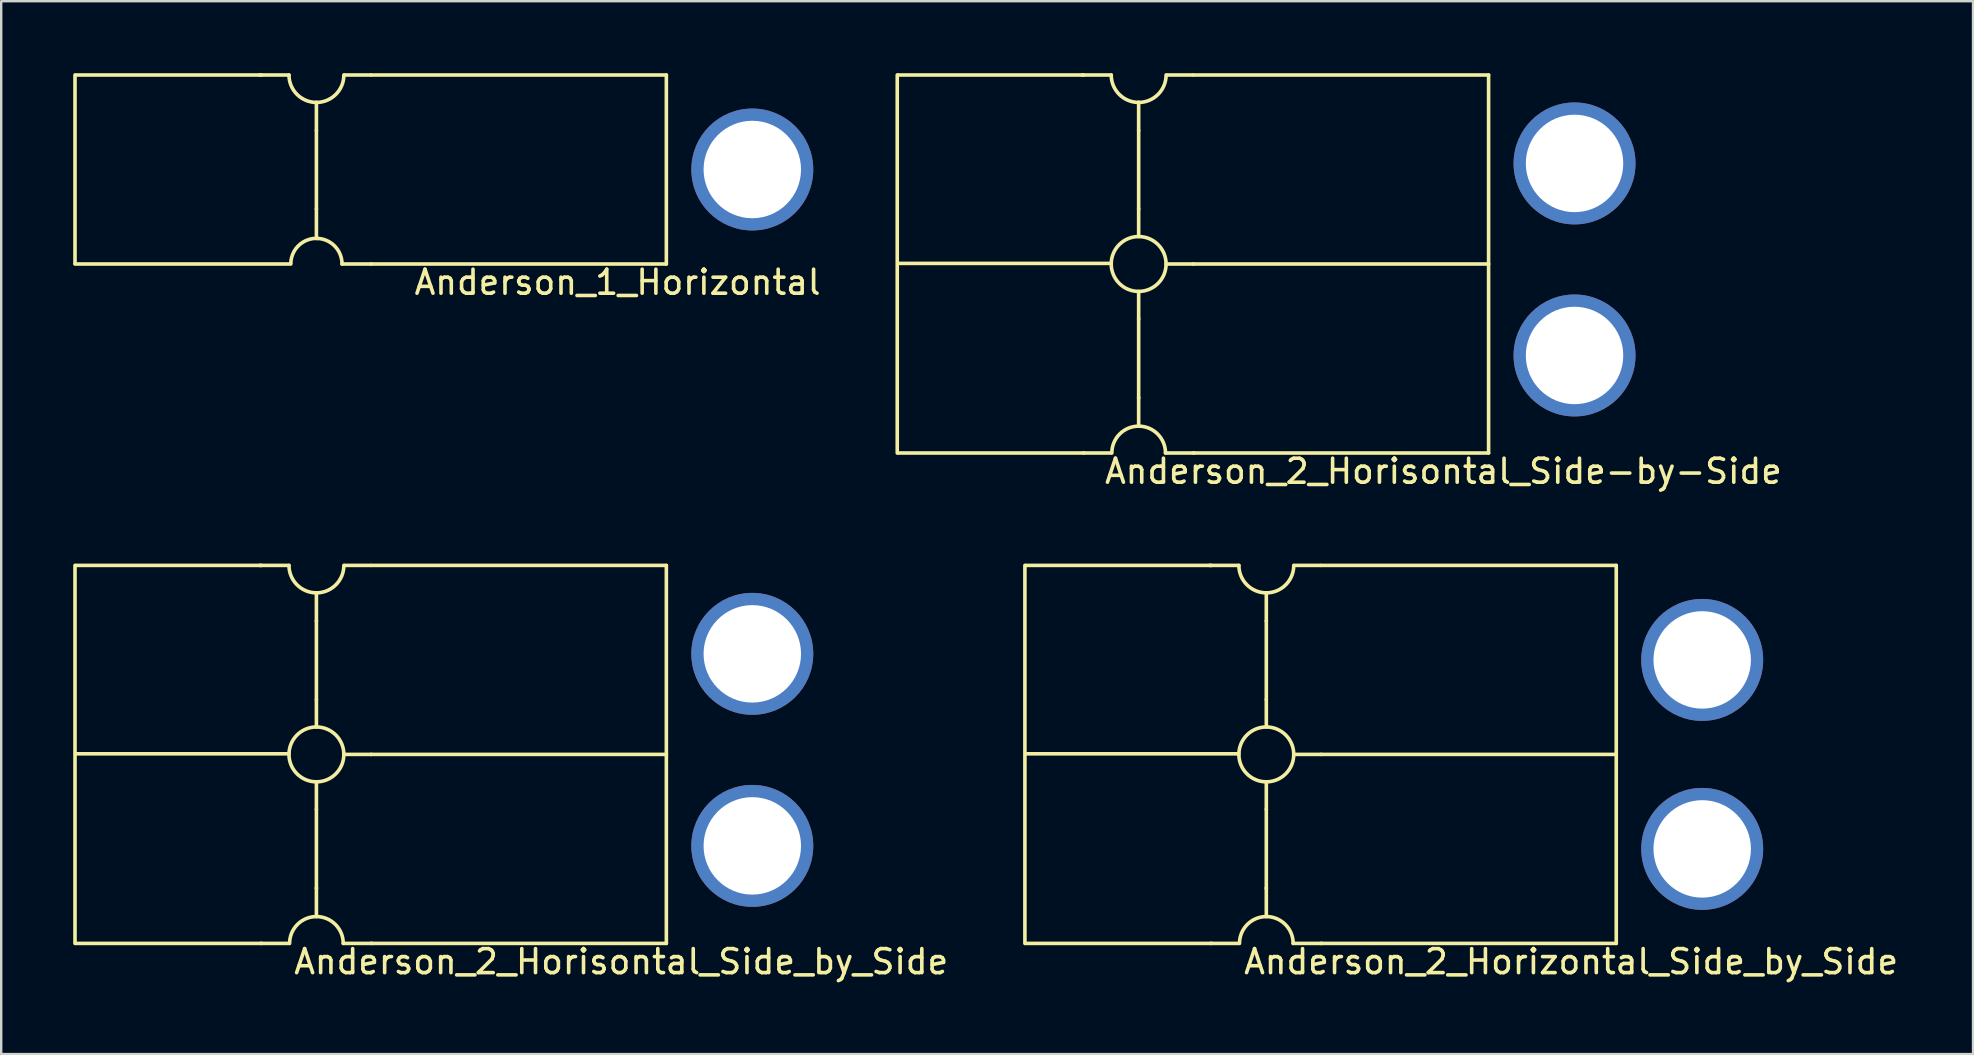
<source format=kicad_pcb>
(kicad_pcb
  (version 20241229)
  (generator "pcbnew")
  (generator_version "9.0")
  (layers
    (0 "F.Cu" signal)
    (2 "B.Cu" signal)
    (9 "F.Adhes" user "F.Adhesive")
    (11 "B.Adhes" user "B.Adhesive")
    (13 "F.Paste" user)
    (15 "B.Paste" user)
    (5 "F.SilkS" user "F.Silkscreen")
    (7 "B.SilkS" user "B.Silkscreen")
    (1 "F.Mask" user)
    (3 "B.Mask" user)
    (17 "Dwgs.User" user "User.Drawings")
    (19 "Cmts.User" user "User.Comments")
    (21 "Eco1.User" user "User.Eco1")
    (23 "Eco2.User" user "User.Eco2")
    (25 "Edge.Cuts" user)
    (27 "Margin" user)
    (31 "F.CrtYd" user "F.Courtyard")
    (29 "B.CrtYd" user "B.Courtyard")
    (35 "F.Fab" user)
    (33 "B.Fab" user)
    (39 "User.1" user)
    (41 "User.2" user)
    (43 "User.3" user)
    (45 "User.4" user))
  (footprint "Anderson_1_Horizontal"
    (layer "F.Cu")
    (at 24.713 7.949)
    (property "Reference" "Anderson_1_Horizontal" (at -2.032 0.762 0) (layer "F.SilkS") (effects (font (size 1 1) (thickness 0.15))))
    (attr through_hole)
    (fp_line (start -24.638 -7.874) (end -24.638 -0.025) (stroke (width 0.15) (type solid)) (layer "F.SilkS"))
    (fp_line (start -24.638 0) (end -15.646 0) (stroke (width 0.15) (type solid)) (layer "F.SilkS"))
    (fp_line (start -24.613 -7.874) (end -16.866 -7.874) (stroke (width 0.15) (type solid)) (layer "F.SilkS"))
    (fp_line (start -15.723 -7.874) (end -16.942 -7.874) (stroke (width 0.15) (type solid)) (layer "F.SilkS"))
    (fp_line (start -14.58 -6.731) (end -14.58 -5.563) (stroke (width 0.15) (type solid)) (layer "F.SilkS"))
    (fp_line (start -14.58 -2.286) (end -14.58 -5.563) (stroke (width 0.15) (type solid)) (layer "F.SilkS"))
    (fp_line (start -14.58 -2.286) (end -14.58 -1.143) (stroke (width 0.15) (type solid)) (layer "F.SilkS"))
    (fp_line (start -13.513 0) (end -12.294 0) (stroke (width 0.15) (type solid)) (layer "F.SilkS"))
    (fp_line (start -12.319 -7.874) (end -13.411 -7.874) (stroke (width 0.15) (type solid)) (layer "F.SilkS"))
    (fp_line (start -12.294 -7.874) (end 0 -7.874) (stroke (width 0.15) (type solid)) (layer "F.SilkS"))
    (fp_line (start -12.294 0) (end 0 0) (stroke (width 0.15) (type solid)) (layer "F.SilkS"))
    (fp_line (start 0 0) (end 0 -7.874) (stroke (width 0.15) (type solid)) (layer "F.SilkS"))
    (fp_arc (start -15.6464 -0.0508) (mid -15.29802 -0.790263) (end -14.5288 -1.0668) (stroke (width 0.15) (type solid)) (layer "F.SilkS"))
    (fp_arc (start -14.5796 -6.731) (mid -15.387823 -7.065777) (end -15.7226 -7.874) (stroke (width 0.15) (type solid)) (layer "F.SilkS"))
    (fp_arc (start -14.5796 -1.0668) (mid -13.825258 -0.754342) (end -13.5128 0) (stroke (width 0.15) (type solid)) (layer "F.SilkS"))
    (fp_arc (start -13.4366 -7.874) (mid -13.771377 -7.065777) (end -14.5796 -6.731) (stroke (width 0.15) (type solid)) (layer "F.SilkS"))
    (pad "1" thru_hole circle (at 3.581 -3.937) (size 5.08 5.08) (drill 4.06) (layers "*.Cu" "*.Mask" "F.Paste")))
  (footprint "Anderson_2_Horisontal_Side_by_Side"
    (layer "F.Cu")
    (at 24.713 36.256)
    (property "Reference" "Anderson_2_Horisontal_Side_by_Side" (at -1.88 0.762 0) (layer "F.SilkS") (effects (font (size 1 1) (thickness 0.15))))
    (attr through_hole)
    (fp_line (start -24.638 -15.748) (end -24.638 0) (stroke (width 0.15) (type solid)) (layer "F.SilkS"))
    (fp_line (start -24.613 -15.748) (end -16.866 -15.748) (stroke (width 0.15) (type solid)) (layer "F.SilkS"))
    (fp_line (start -24.613 -7.899) (end -15.723 -7.899) (stroke (width 0.15) (type solid)) (layer "F.SilkS"))
    (fp_line (start -16.891 0) (end -15.723 0) (stroke (width 0.15) (type solid)) (layer "F.SilkS"))
    (fp_line (start -16.866 0) (end -24.613 0) (stroke (width 0.15) (type solid)) (layer "F.SilkS"))
    (fp_line (start -15.723 -15.748) (end -16.942 -15.748) (stroke (width 0.15) (type solid)) (layer "F.SilkS"))
    (fp_line (start -14.58 -14.605) (end -14.58 -13.437) (stroke (width 0.15) (type solid)) (layer "F.SilkS"))
    (fp_line (start -14.58 -10.16) (end -14.58 -13.437) (stroke (width 0.15) (type solid)) (layer "F.SilkS"))
    (fp_line (start -14.58 -10.16) (end -14.58 -9.017) (stroke (width 0.15) (type solid)) (layer "F.SilkS"))
    (fp_line (start -14.58 -5.588) (end -14.58 -6.731) (stroke (width 0.15) (type solid)) (layer "F.SilkS"))
    (fp_line (start -14.58 -5.588) (end -14.58 -2.286) (stroke (width 0.15) (type solid)) (layer "F.SilkS"))
    (fp_line (start -14.58 -2.311) (end -14.58 -1.143) (stroke (width 0.15) (type solid)) (layer "F.SilkS"))
    (fp_line (start -12.319 -15.748) (end -13.411 -15.748) (stroke (width 0.15) (type solid)) (layer "F.SilkS"))
    (fp_line (start -12.294 -15.748) (end 0 -15.748) (stroke (width 0.15) (type solid)) (layer "F.SilkS"))
    (fp_line (start -12.294 -7.874) (end -13.437 -7.874) (stroke (width 0.15) (type solid)) (layer "F.SilkS"))
    (fp_line (start -12.294 -7.874) (end 0 -7.874) (stroke (width 0.15) (type solid)) (layer "F.SilkS"))
    (fp_line (start -12.294 0) (end 0 0) (stroke (width 0.15) (type solid)) (layer "F.SilkS"))
    (fp_line (start -12.268 0) (end -13.462 0) (stroke (width 0.15) (type solid)) (layer "F.SilkS"))
    (fp_line (start 0 -15.748) (end 0 0) (stroke (width 0.15) (type solid)) (layer "F.SilkS"))
    (fp_arc (start -15.6972 0) (mid -15.369863 -0.790263) (end -14.5796 -1.1176) (stroke (width 0.15) (type solid)) (layer "F.SilkS"))
    (fp_arc (start -14.5796 -14.605) (mid -15.387823 -14.939777) (end -15.7226 -15.748) (stroke (width 0.15) (type solid)) (layer "F.SilkS"))
    (fp_arc (start -14.5796 -1.1176) (mid -13.789337 -0.790263) (end -13.462 0) (stroke (width 0.15) (type solid)) (layer "F.SilkS"))
    (fp_arc (start -13.4366 -15.748) (mid -13.771377 -14.939777) (end -14.5796 -14.605) (stroke (width 0.15) (type solid)) (layer "F.SilkS"))
    (fp_circle (center -14.58 -7.874) (end -14.58 -6.731) (stroke (width 0.15) (type solid)) (fill no) (layer "F.SilkS"))
    (pad "1" thru_hole circle (at 3.581 -12.064) (size 5.08 5.08) (drill 4.06) (layers "*.Cu" "*.Mask" "F.Paste"))
    (pad "2" thru_hole circle (at 3.581 -4.063) (size 5.08 5.08) (drill 4.06) (layers "*.Cu" "*.Mask" "F.Paste")))
  (footprint "Anderson_2_Horisontal_Side-by-Side"
    (layer "F.Cu")
    (at 58.971 15.823)
    (property "Reference" "Anderson_2_Horisontal_Side-by-Side" (at -1.88 0.762 0) (layer "F.SilkS") (effects (font (size 1 1) (thickness 0.15))))
    (attr through_hole)
    (fp_line (start -24.638 -15.748) (end -24.638 0) (stroke (width 0.15) (type solid)) (layer "F.SilkS"))
    (fp_line (start -24.613 -15.748) (end -16.866 -15.748) (stroke (width 0.15) (type solid)) (layer "F.SilkS"))
    (fp_line (start -24.613 -7.899) (end -15.723 -7.899) (stroke (width 0.15) (type solid)) (layer "F.SilkS"))
    (fp_line (start -16.891 0) (end -15.723 0) (stroke (width 0.15) (type solid)) (layer "F.SilkS"))
    (fp_line (start -16.866 0) (end -24.613 0) (stroke (width 0.15) (type solid)) (layer "F.SilkS"))
    (fp_line (start -15.723 -15.748) (end -16.942 -15.748) (stroke (width 0.15) (type solid)) (layer "F.SilkS"))
    (fp_line (start -14.58 -14.605) (end -14.58 -13.437) (stroke (width 0.15) (type solid)) (layer "F.SilkS"))
    (fp_line (start -14.58 -10.16) (end -14.58 -13.437) (stroke (width 0.15) (type solid)) (layer "F.SilkS"))
    (fp_line (start -14.58 -10.16) (end -14.58 -9.017) (stroke (width 0.15) (type solid)) (layer "F.SilkS"))
    (fp_line (start -14.58 -5.588) (end -14.58 -6.731) (stroke (width 0.15) (type solid)) (layer "F.SilkS"))
    (fp_line (start -14.58 -5.588) (end -14.58 -2.286) (stroke (width 0.15) (type solid)) (layer "F.SilkS"))
    (fp_line (start -14.58 -2.311) (end -14.58 -1.143) (stroke (width 0.15) (type solid)) (layer "F.SilkS"))
    (fp_line (start -12.319 -15.748) (end -13.411 -15.748) (stroke (width 0.15) (type solid)) (layer "F.SilkS"))
    (fp_line (start -12.294 -15.748) (end 0 -15.748) (stroke (width 0.15) (type solid)) (layer "F.SilkS"))
    (fp_line (start -12.294 -7.874) (end -13.437 -7.874) (stroke (width 0.15) (type solid)) (layer "F.SilkS"))
    (fp_line (start -12.294 -7.874) (end 0 -7.874) (stroke (width 0.15) (type solid)) (layer "F.SilkS"))
    (fp_line (start -12.294 0) (end 0 0) (stroke (width 0.15) (type solid)) (layer "F.SilkS"))
    (fp_line (start -12.268 0) (end -13.462 0) (stroke (width 0.15) (type solid)) (layer "F.SilkS"))
    (fp_line (start 0 -15.748) (end 0 0) (stroke (width 0.15) (type solid)) (layer "F.SilkS"))
    (fp_arc (start -15.6972 0) (mid -15.369863 -0.790263) (end -14.5796 -1.1176) (stroke (width 0.15) (type solid)) (layer "F.SilkS"))
    (fp_arc (start -14.5796 -14.605) (mid -15.387823 -14.939777) (end -15.7226 -15.748) (stroke (width 0.15) (type solid)) (layer "F.SilkS"))
    (fp_arc (start -14.5796 -1.1176) (mid -13.789337 -0.790263) (end -13.462 0) (stroke (width 0.15) (type solid)) (layer "F.SilkS"))
    (fp_arc (start -13.4366 -15.748) (mid -13.771377 -14.939777) (end -14.5796 -14.605) (stroke (width 0.15) (type solid)) (layer "F.SilkS"))
    (fp_circle (center -14.58 -7.874) (end -14.58 -6.731) (stroke (width 0.15) (type solid)) (fill no) (layer "F.SilkS"))
    (pad "1" thru_hole circle (at 3.581 -12.064) (size 5.08 5.08) (drill 4.06) (layers "*.Cu" "*.Mask" "F.Paste"))
    (pad "2" thru_hole circle (at 3.581 -4.063) (size 5.08 5.08) (drill 4.06) (layers "*.Cu" "*.Mask" "F.Paste")))
  (footprint "Anderson_2_Horizontal_Side_by_Side"
    (layer "F.Cu")
    (at 67.846 24.445)
    (property "Reference" "Anderson_2_Horizontal_Side_by_Side" (at -5.436 12.573 0) (layer "F.SilkS") (effects (font (size 1 1) (thickness 0.15))))
    (attr through_hole)
    (fp_line (start -28.194 -3.937) (end -28.194 11.811) (stroke (width 0.15) (type solid)) (layer "F.SilkS"))
    (fp_line (start -28.169 -3.937) (end -20.422 -3.937) (stroke (width 0.15) (type solid)) (layer "F.SilkS"))
    (fp_line (start -28.169 3.912) (end -19.279 3.912) (stroke (width 0.15) (type solid)) (layer "F.SilkS"))
    (fp_line (start -20.447 11.811) (end -19.279 11.811) (stroke (width 0.15) (type solid)) (layer "F.SilkS"))
    (fp_line (start -20.422 11.811) (end -28.169 11.811) (stroke (width 0.15) (type solid)) (layer "F.SilkS"))
    (fp_line (start -19.279 -3.937) (end -20.498 -3.937) (stroke (width 0.15) (type solid)) (layer "F.SilkS"))
    (fp_line (start -18.136 -2.794) (end -18.136 -1.626) (stroke (width 0.15) (type solid)) (layer "F.SilkS"))
    (fp_line (start -18.136 1.651) (end -18.136 -1.626) (stroke (width 0.15) (type solid)) (layer "F.SilkS"))
    (fp_line (start -18.136 1.651) (end -18.136 2.794) (stroke (width 0.15) (type solid)) (layer "F.SilkS"))
    (fp_line (start -18.136 6.223) (end -18.136 5.08) (stroke (width 0.15) (type solid)) (layer "F.SilkS"))
    (fp_line (start -18.136 6.223) (end -18.136 9.525) (stroke (width 0.15) (type solid)) (layer "F.SilkS"))
    (fp_line (start -18.136 9.5) (end -18.136 10.668) (stroke (width 0.15) (type solid)) (layer "F.SilkS"))
    (fp_line (start -15.875 -3.937) (end -16.967 -3.937) (stroke (width 0.15) (type solid)) (layer "F.SilkS"))
    (fp_line (start -15.85 -3.937) (end -3.556 -3.937) (stroke (width 0.15) (type solid)) (layer "F.SilkS"))
    (fp_line (start -15.85 3.937) (end -16.993 3.937) (stroke (width 0.15) (type solid)) (layer "F.SilkS"))
    (fp_line (start -15.85 3.937) (end -3.556 3.937) (stroke (width 0.15) (type solid)) (layer "F.SilkS"))
    (fp_line (start -15.85 11.811) (end -3.556 11.811) (stroke (width 0.15) (type solid)) (layer "F.SilkS"))
    (fp_line (start -15.824 11.811) (end -17.018 11.811) (stroke (width 0.15) (type solid)) (layer "F.SilkS"))
    (fp_line (start -3.556 -3.937) (end -3.556 11.811) (stroke (width 0.15) (type solid)) (layer "F.SilkS"))
    (fp_arc (start -19.2532 11.811) (mid -18.925863 11.020737) (end -18.1356 10.6934) (stroke (width 0.15) (type solid)) (layer "F.SilkS"))
    (fp_arc (start -18.1356 -2.794) (mid -18.943823 -3.128777) (end -19.2786 -3.937) (stroke (width 0.15) (type solid)) (layer "F.SilkS"))
    (fp_arc (start -18.1356 10.6934) (mid -17.345337 11.020737) (end -17.018 11.811) (stroke (width 0.15) (type solid)) (layer "F.SilkS"))
    (fp_arc (start -16.9926 -3.937) (mid -17.327377 -3.128777) (end -18.1356 -2.794) (stroke (width 0.15) (type solid)) (layer "F.SilkS"))
    (fp_circle (center -18.136 3.937) (end -18.136 5.08) (stroke (width 0.15) (type solid)) (fill no) (layer "F.SilkS"))
    (pad "1" thru_hole circle (at 0.025 0) (size 5.08 5.08) (drill 4.06) (layers "*.Cu" "*.Mask" "F.Paste"))
    (pad "2" thru_hole circle (at 0.025 7.874) (size 5.08 5.08) (drill 4.06) (layers "*.Cu" "*.Mask" "F.Paste")))
  (gr_rect
    (start -3 -3)
    (end 79.155 40.867)
    (stroke (width 0.1) (type default))
    (fill no)
    (layer "Edge.Cuts")))
</source>
